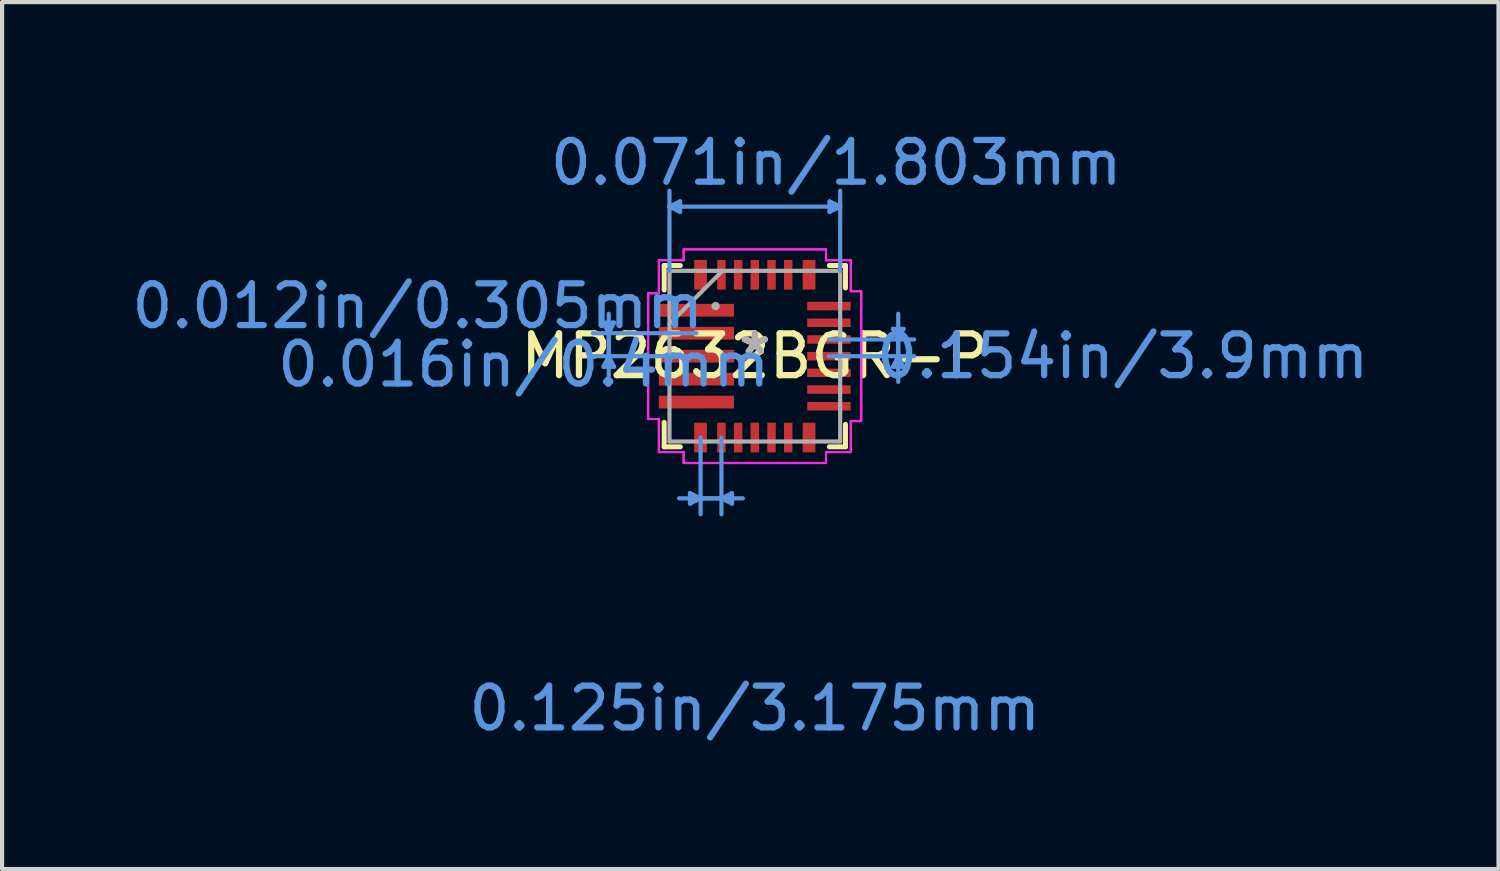
<source format=kicad_pcb>
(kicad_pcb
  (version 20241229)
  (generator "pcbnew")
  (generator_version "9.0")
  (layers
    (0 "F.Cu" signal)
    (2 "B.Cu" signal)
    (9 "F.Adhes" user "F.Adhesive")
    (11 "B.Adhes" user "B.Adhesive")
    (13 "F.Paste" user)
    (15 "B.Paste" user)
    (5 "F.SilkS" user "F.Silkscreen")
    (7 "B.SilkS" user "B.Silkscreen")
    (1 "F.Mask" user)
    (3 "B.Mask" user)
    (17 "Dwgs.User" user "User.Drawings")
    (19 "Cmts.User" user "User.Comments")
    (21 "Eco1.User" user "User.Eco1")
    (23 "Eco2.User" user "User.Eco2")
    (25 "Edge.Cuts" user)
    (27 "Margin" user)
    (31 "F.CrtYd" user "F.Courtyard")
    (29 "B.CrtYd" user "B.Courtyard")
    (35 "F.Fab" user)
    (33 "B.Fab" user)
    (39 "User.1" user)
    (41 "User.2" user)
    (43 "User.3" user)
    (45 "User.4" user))
  (footprint "MP2632BGR-P"
    (layer "F.Cu")
    (at 15.036 5.484)
    (property "Reference" "MP2632BGR-P" (at 0 0 0) (layer "F.SilkS") (effects (font (size 1 1) (thickness 0.15))))
    (attr through_hole)
    (fp_line (start -2.172 -2.172) (end -1.785 -2.172) (stroke (width 0.12) (type solid)) (layer "F.SilkS"))
    (fp_line (start -2.172 -1.585) (end -2.172 -2.172) (stroke (width 0.12) (type solid)) (layer "F.SilkS"))
    (fp_line (start -2.172 2.172) (end -2.172 1.585) (stroke (width 0.12) (type solid)) (layer "F.SilkS"))
    (fp_line (start -1.785 2.172) (end -2.172 2.172) (stroke (width 0.12) (type solid)) (layer "F.SilkS"))
    (fp_line (start 1.785 -2.172) (end 2.172 -2.172) (stroke (width 0.12) (type solid)) (layer "F.SilkS"))
    (fp_line (start 2.172 -2.172) (end 2.172 -1.634) (stroke (width 0.12) (type solid)) (layer "F.SilkS"))
    (fp_line (start 2.172 1.634) (end 2.172 2.172) (stroke (width 0.12) (type solid)) (layer "F.SilkS"))
    (fp_line (start 2.172 2.172) (end 1.785 2.172) (stroke (width 0.12) (type solid)) (layer "F.SilkS"))
    (fp_line (start -3.627 -0.804) (end -3.5 -0.55) (stroke (width 0.1) (type solid)) (layer "Cmts.User"))
    (fp_line (start -3.627 0.254) (end -3.5 0) (stroke (width 0.1) (type solid)) (layer "Cmts.User"))
    (fp_line (start -3.627 0.254) (end -3.373 0.254) (stroke (width 0.1) (type solid)) (layer "Cmts.User"))
    (fp_line (start -3.5 -1.016) (end -3.5 0) (stroke (width 0.1) (type solid)) (layer "Cmts.User"))
    (fp_line (start -3.5 0.466) (end -3.5 -0.55) (stroke (width 0.1) (type solid)) (layer "Cmts.User"))
    (fp_line (start -3.373 -0.804) (end -3.627 -0.804) (stroke (width 0.1) (type solid)) (layer "Cmts.User"))
    (fp_line (start -3.373 -0.804) (end -3.5 -0.55) (stroke (width 0.1) (type solid)) (layer "Cmts.User"))
    (fp_line (start -3.373 0.254) (end -3.5 0) (stroke (width 0.1) (type solid)) (layer "Cmts.User"))
    (fp_line (start -2.045 -3.583) (end 2.045 -3.583) (stroke (width 0.1) (type solid)) (layer "Cmts.User"))
    (fp_line (start -2.045 -2.045) (end -2.045 -3.964) (stroke (width 0.1) (type solid)) (layer "Cmts.User"))
    (fp_line (start -1.816 3.407) (end -0.8 3.407) (stroke (width 0.1) (type solid)) (layer "Cmts.User"))
    (fp_line (start -1.791 -3.71) (end -2.045 -3.583) (stroke (width 0.1) (type solid)) (layer "Cmts.User"))
    (fp_line (start -1.791 -3.456) (end -2.045 -3.583) (stroke (width 0.1) (type solid)) (layer "Cmts.User"))
    (fp_line (start -1.791 -3.456) (end -1.791 -3.71) (stroke (width 0.1) (type solid)) (layer "Cmts.User"))
    (fp_line (start -1.554 3.28) (end -1.554 3.534) (stroke (width 0.1) (type solid)) (layer "Cmts.User"))
    (fp_line (start -1.554 3.28) (end -1.3 3.407) (stroke (width 0.1) (type solid)) (layer "Cmts.User"))
    (fp_line (start -1.554 3.534) (end -1.3 3.407) (stroke (width 0.1) (type solid)) (layer "Cmts.User"))
    (fp_line (start -1.399 -0.55) (end -3.881 -0.55) (stroke (width 0.1) (type solid)) (layer "Cmts.User"))
    (fp_line (start -1.399 0) (end -3.881 0) (stroke (width 0.1) (type solid)) (layer "Cmts.User"))
    (fp_line (start -1.3 1.95) (end -1.3 3.788) (stroke (width 0.1) (type solid)) (layer "Cmts.User"))
    (fp_line (start -0.8 1.95) (end -0.8 3.788) (stroke (width 0.1) (type solid)) (layer "Cmts.User"))
    (fp_line (start -0.546 3.534) (end -0.8 3.407) (stroke (width 0.1) (type solid)) (layer "Cmts.User"))
    (fp_line (start -0.546 3.534) (end -0.546 3.28) (stroke (width 0.1) (type solid)) (layer "Cmts.User"))
    (fp_line (start -0.546 3.28) (end -0.8 3.407) (stroke (width 0.1) (type solid)) (layer "Cmts.User"))
    (fp_line (start -0.284 3.407) (end -1.3 3.407) (stroke (width 0.1) (type solid)) (layer "Cmts.User"))
    (fp_line (start 1.776 -0.4) (end 3.817 -0.4) (stroke (width 0.1) (type solid)) (layer "Cmts.User"))
    (fp_line (start 1.776 0) (end 3.817 0) (stroke (width 0.1) (type solid)) (layer "Cmts.User"))
    (fp_line (start 1.791 -3.456) (end 2.045 -3.583) (stroke (width 0.1) (type solid)) (layer "Cmts.User"))
    (fp_line (start 1.791 -3.71) (end 1.791 -3.456) (stroke (width 0.1) (type solid)) (layer "Cmts.User"))
    (fp_line (start 1.791 -3.71) (end 2.045 -3.583) (stroke (width 0.1) (type solid)) (layer "Cmts.User"))
    (fp_line (start 2.045 -2.045) (end 2.045 -3.964) (stroke (width 0.1) (type solid)) (layer "Cmts.User"))
    (fp_line (start 3.309 -0.654) (end 3.436 -0.4) (stroke (width 0.1) (type solid)) (layer "Cmts.User"))
    (fp_line (start 3.309 0.254) (end 3.436 0) (stroke (width 0.1) (type solid)) (layer "Cmts.User"))
    (fp_line (start 3.309 0.254) (end 3.563 0.254) (stroke (width 0.1) (type solid)) (layer "Cmts.User"))
    (fp_line (start 3.436 0.616) (end 3.436 -0.4) (stroke (width 0.1) (type solid)) (layer "Cmts.User"))
    (fp_line (start 3.436 -1.016) (end 3.436 0) (stroke (width 0.1) (type solid)) (layer "Cmts.User"))
    (fp_line (start 3.563 -0.654) (end 3.309 -0.654) (stroke (width 0.1) (type solid)) (layer "Cmts.User"))
    (fp_line (start 3.563 -0.654) (end 3.436 -0.4) (stroke (width 0.1) (type solid)) (layer "Cmts.User"))
    (fp_line (start 3.563 0.254) (end 3.436 0) (stroke (width 0.1) (type solid)) (layer "Cmts.User"))
    (fp_line (start -2.555 -1.506) (end -2.555 1.506) (stroke (width 0.05) (type solid)) (layer "F.CrtYd"))
    (fp_line (start -2.555 -1.506) (end -2.555 1.506) (stroke (width 0.05) (type solid)) (layer "F.CrtYd"))
    (fp_line (start -2.555 1.506) (end -2.299 1.506) (stroke (width 0.05) (type solid)) (layer "F.CrtYd"))
    (fp_line (start -2.555 1.506) (end -2.299 1.506) (stroke (width 0.05) (type solid)) (layer "F.CrtYd"))
    (fp_line (start -2.299 -2.299) (end -2.299 -1.506) (stroke (width 0.05) (type solid)) (layer "F.CrtYd"))
    (fp_line (start -2.299 -2.299) (end -2.299 -1.506) (stroke (width 0.05) (type solid)) (layer "F.CrtYd"))
    (fp_line (start -2.299 -1.506) (end -2.555 -1.506) (stroke (width 0.05) (type solid)) (layer "F.CrtYd"))
    (fp_line (start -2.299 -1.506) (end -2.555 -1.506) (stroke (width 0.05) (type solid)) (layer "F.CrtYd"))
    (fp_line (start -2.299 1.506) (end -2.299 2.299) (stroke (width 0.05) (type solid)) (layer "F.CrtYd"))
    (fp_line (start -2.299 1.506) (end -2.299 2.299) (stroke (width 0.05) (type solid)) (layer "F.CrtYd"))
    (fp_line (start -2.299 2.299) (end -1.706 2.299) (stroke (width 0.05) (type solid)) (layer "F.CrtYd"))
    (fp_line (start -2.299 2.299) (end -1.706 2.299) (stroke (width 0.05) (type solid)) (layer "F.CrtYd"))
    (fp_line (start -1.706 -2.56) (end -1.706 -2.299) (stroke (width 0.05) (type solid)) (layer "F.CrtYd"))
    (fp_line (start -1.706 -2.56) (end -1.706 -2.299) (stroke (width 0.05) (type solid)) (layer "F.CrtYd"))
    (fp_line (start -1.706 -2.299) (end -2.299 -2.299) (stroke (width 0.05) (type solid)) (layer "F.CrtYd"))
    (fp_line (start -1.706 -2.299) (end -2.299 -2.299) (stroke (width 0.05) (type solid)) (layer "F.CrtYd"))
    (fp_line (start -1.706 2.299) (end -1.706 2.56) (stroke (width 0.05) (type solid)) (layer "F.CrtYd"))
    (fp_line (start -1.706 2.299) (end -1.706 2.56) (stroke (width 0.05) (type solid)) (layer "F.CrtYd"))
    (fp_line (start -1.706 2.56) (end 1.706 2.56) (stroke (width 0.05) (type solid)) (layer "F.CrtYd"))
    (fp_line (start -1.706 2.56) (end 1.706 2.56) (stroke (width 0.05) (type solid)) (layer "F.CrtYd"))
    (fp_line (start 1.706 -2.56) (end -1.706 -2.56) (stroke (width 0.05) (type solid)) (layer "F.CrtYd"))
    (fp_line (start 1.706 -2.56) (end -1.706 -2.56) (stroke (width 0.05) (type solid)) (layer "F.CrtYd"))
    (fp_line (start 1.706 -2.299) (end 1.706 -2.56) (stroke (width 0.05) (type solid)) (layer "F.CrtYd"))
    (fp_line (start 1.706 -2.299) (end 1.706 -2.56) (stroke (width 0.05) (type solid)) (layer "F.CrtYd"))
    (fp_line (start 1.706 2.299) (end 2.299 2.299) (stroke (width 0.05) (type solid)) (layer "F.CrtYd"))
    (fp_line (start 1.706 2.299) (end 2.299 2.299) (stroke (width 0.05) (type solid)) (layer "F.CrtYd"))
    (fp_line (start 1.706 2.56) (end 1.706 2.299) (stroke (width 0.05) (type solid)) (layer "F.CrtYd"))
    (fp_line (start 1.706 2.56) (end 1.706 2.299) (stroke (width 0.05) (type solid)) (layer "F.CrtYd"))
    (fp_line (start 2.299 -2.299) (end 1.706 -2.299) (stroke (width 0.05) (type solid)) (layer "F.CrtYd"))
    (fp_line (start 2.299 -2.299) (end 1.706 -2.299) (stroke (width 0.05) (type solid)) (layer "F.CrtYd"))
    (fp_line (start 2.299 -1.556) (end 2.299 -2.299) (stroke (width 0.05) (type solid)) (layer "F.CrtYd"))
    (fp_line (start 2.299 -1.556) (end 2.299 -2.299) (stroke (width 0.05) (type solid)) (layer "F.CrtYd"))
    (fp_line (start 2.299 1.556) (end 2.55 1.556) (stroke (width 0.05) (type solid)) (layer "F.CrtYd"))
    (fp_line (start 2.299 1.556) (end 2.55 1.556) (stroke (width 0.05) (type solid)) (layer "F.CrtYd"))
    (fp_line (start 2.299 2.299) (end 2.299 1.556) (stroke (width 0.05) (type solid)) (layer "F.CrtYd"))
    (fp_line (start 2.299 2.299) (end 2.299 1.556) (stroke (width 0.05) (type solid)) (layer "F.CrtYd"))
    (fp_line (start 2.55 -1.556) (end 2.299 -1.556) (stroke (width 0.05) (type solid)) (layer "F.CrtYd"))
    (fp_line (start 2.55 -1.556) (end 2.299 -1.556) (stroke (width 0.05) (type solid)) (layer "F.CrtYd"))
    (fp_line (start 2.55 1.556) (end 2.55 -1.556) (stroke (width 0.05) (type solid)) (layer "F.CrtYd"))
    (fp_line (start 2.55 1.556) (end 2.55 -1.556) (stroke (width 0.05) (type solid)) (layer "F.CrtYd"))
    (fp_line (start -2.045 -2.045) (end -2.045 2.045) (stroke (width 0.1) (type solid)) (layer "F.Fab"))
    (fp_line (start -2.045 -0.775) (end -0.775 -2.045) (stroke (width 0.1) (type solid)) (layer "F.Fab"))
    (fp_line (start -2.045 2.045) (end 2.045 2.045) (stroke (width 0.1) (type solid)) (layer "F.Fab"))
    (fp_line (start 2.045 -2.045) (end -2.045 -2.045) (stroke (width 0.1) (type solid)) (layer "F.Fab"))
    (fp_line (start 2.045 2.045) (end 2.045 -2.045) (stroke (width 0.1) (type solid)) (layer "F.Fab"))
    (fp_circle (center -0.94 -1.2) (end -0.94 -1.2) (stroke (width 0.1) (type solid)) (fill no) (layer "F.Fab"))
    (fp_text user "*" (at 0 0 0) (layer "F.SilkS") (effects (font (size 1 1) (thickness 0.15))))
    (fp_text user "0.154in/3.9mm" (at 8.814 0 0) (layer "Cmts.User") (effects (font (size 1 1) (thickness 0.15))))
    (fp_text user "0.012in/0.305mm" (at -8.077 -1.2 0) (layer "Cmts.User") (effects (font (size 1 1) (thickness 0.15))))
    (fp_text user "Copyright 2021 Accelerated Designs. All rights reserved." (at 0 0 0) (layer "Cmts.User") (effects (font (size 0.127 0.127) (thickness 0.002))))
    (fp_text user "0.125in/3.175mm" (at 0 8.44 0) (layer "Cmts.User") (effects (font (size 1 1) (thickness 0.15))))
    (fp_text user "0.071in/1.803mm" (at 1.95 -4.636 0) (layer "Cmts.User") (effects (font (size 1 1) (thickness 0.15))))
    (fp_text user "0.016in/0.4mm" (at -5.537 0.2 0) (layer "Cmts.User") (effects (font (size 1 1) (thickness 0.15))))
    (fp_text user "*" (at 0 0 0) (layer "F.Fab") (effects (font (size 1 1) (thickness 0.15))))
    (pad "1" smd rect (at -1.399 -1.1) (size 1.803 0.305) (layers "F.Cu" "F.Mask" "F.Paste"))
    (pad "2" smd rect (at -1.399 -0.55) (size 1.803 0.305) (layers "F.Cu" "F.Mask" "F.Paste"))
    (pad "3" smd rect (at -1.399 0) (size 1.803 0.305) (layers "F.Cu" "F.Mask" "F.Paste"))
    (pad "4" smd rect (at -1.399 0.55) (size 1.803 0.305) (layers "F.Cu" "F.Mask" "F.Paste"))
    (pad "5" smd rect (at -1.399 1.1) (size 1.803 0.305) (layers "F.Cu" "F.Mask" "F.Paste"))
    (pad "6" smd rect (at -1.3 1.95 90) (size 0.711 0.305) (layers "F.Cu" "F.Mask" "F.Paste"))
    (pad "7" smd rect (at -0.8 1.95 90) (size 0.711 0.203) (layers "F.Cu" "F.Mask" "F.Paste"))
    (pad "8" smd rect (at -0.4 1.95 90) (size 0.711 0.203) (layers "F.Cu" "F.Mask" "F.Paste"))
    (pad "9" smd rect (at 0 1.95 90) (size 0.711 0.203) (layers "F.Cu" "F.Mask" "F.Paste"))
    (pad "10" smd rect (at 0.4 1.95 90) (size 0.711 0.203) (layers "F.Cu" "F.Mask" "F.Paste"))
    (pad "11" smd rect (at 0.8 1.95 90) (size 0.711 0.203) (layers "F.Cu" "F.Mask" "F.Paste"))
    (pad "12" smd rect (at 1.3 1.95 90) (size 0.711 0.305) (layers "F.Cu" "F.Mask" "F.Paste"))
    (pad "13" smd rect (at 1.776 1.2) (size 1.041 0.203) (layers "F.Cu" "F.Mask" "F.Paste"))
    (pad "14" smd rect (at 1.776 0.8) (size 1.041 0.203) (layers "F.Cu" "F.Mask" "F.Paste"))
    (pad "15" smd rect (at 1.776 0.4) (size 1.041 0.203) (layers "F.Cu" "F.Mask" "F.Paste"))
    (pad "16" smd rect (at 1.776 0) (size 1.041 0.203) (layers "F.Cu" "F.Mask" "F.Paste"))
    (pad "17" smd rect (at 1.776 -0.4) (size 1.041 0.203) (layers "F.Cu" "F.Mask" "F.Paste"))
    (pad "18" smd rect (at 1.776 -0.8) (size 1.041 0.203) (layers "F.Cu" "F.Mask" "F.Paste"))
    (pad "19" smd rect (at 1.776 -1.2) (size 1.041 0.203) (layers "F.Cu" "F.Mask" "F.Paste"))
    (pad "20" smd rect (at 1.3 -1.95 90) (size 0.711 0.305) (layers "F.Cu" "F.Mask" "F.Paste"))
    (pad "21" smd rect (at 0.8 -1.95 90) (size 0.711 0.203) (layers "F.Cu" "F.Mask" "F.Paste"))
    (pad "22" smd rect (at 0.4 -1.95 90) (size 0.711 0.203) (layers "F.Cu" "F.Mask" "F.Paste"))
    (pad "23" smd rect (at 0 -1.95 90) (size 0.711 0.203) (layers "F.Cu" "F.Mask" "F.Paste"))
    (pad "24" smd rect (at -0.4 -1.95 90) (size 0.711 0.203) (layers "F.Cu" "F.Mask" "F.Paste"))
    (pad "25" smd rect (at -0.8 -1.95 90) (size 0.711 0.203) (layers "F.Cu" "F.Mask" "F.Paste"))
    (pad "26" smd rect (at -1.3 -1.95 90) (size 0.711 0.305) (layers "F.Cu" "F.Mask" "F.Paste")))
  (gr_rect
    (start -3 -3)
    (end 32.855 17.772)
    (stroke (width 0.1) (type default))
    (fill no)
    (layer "Edge.Cuts")))
</source>
